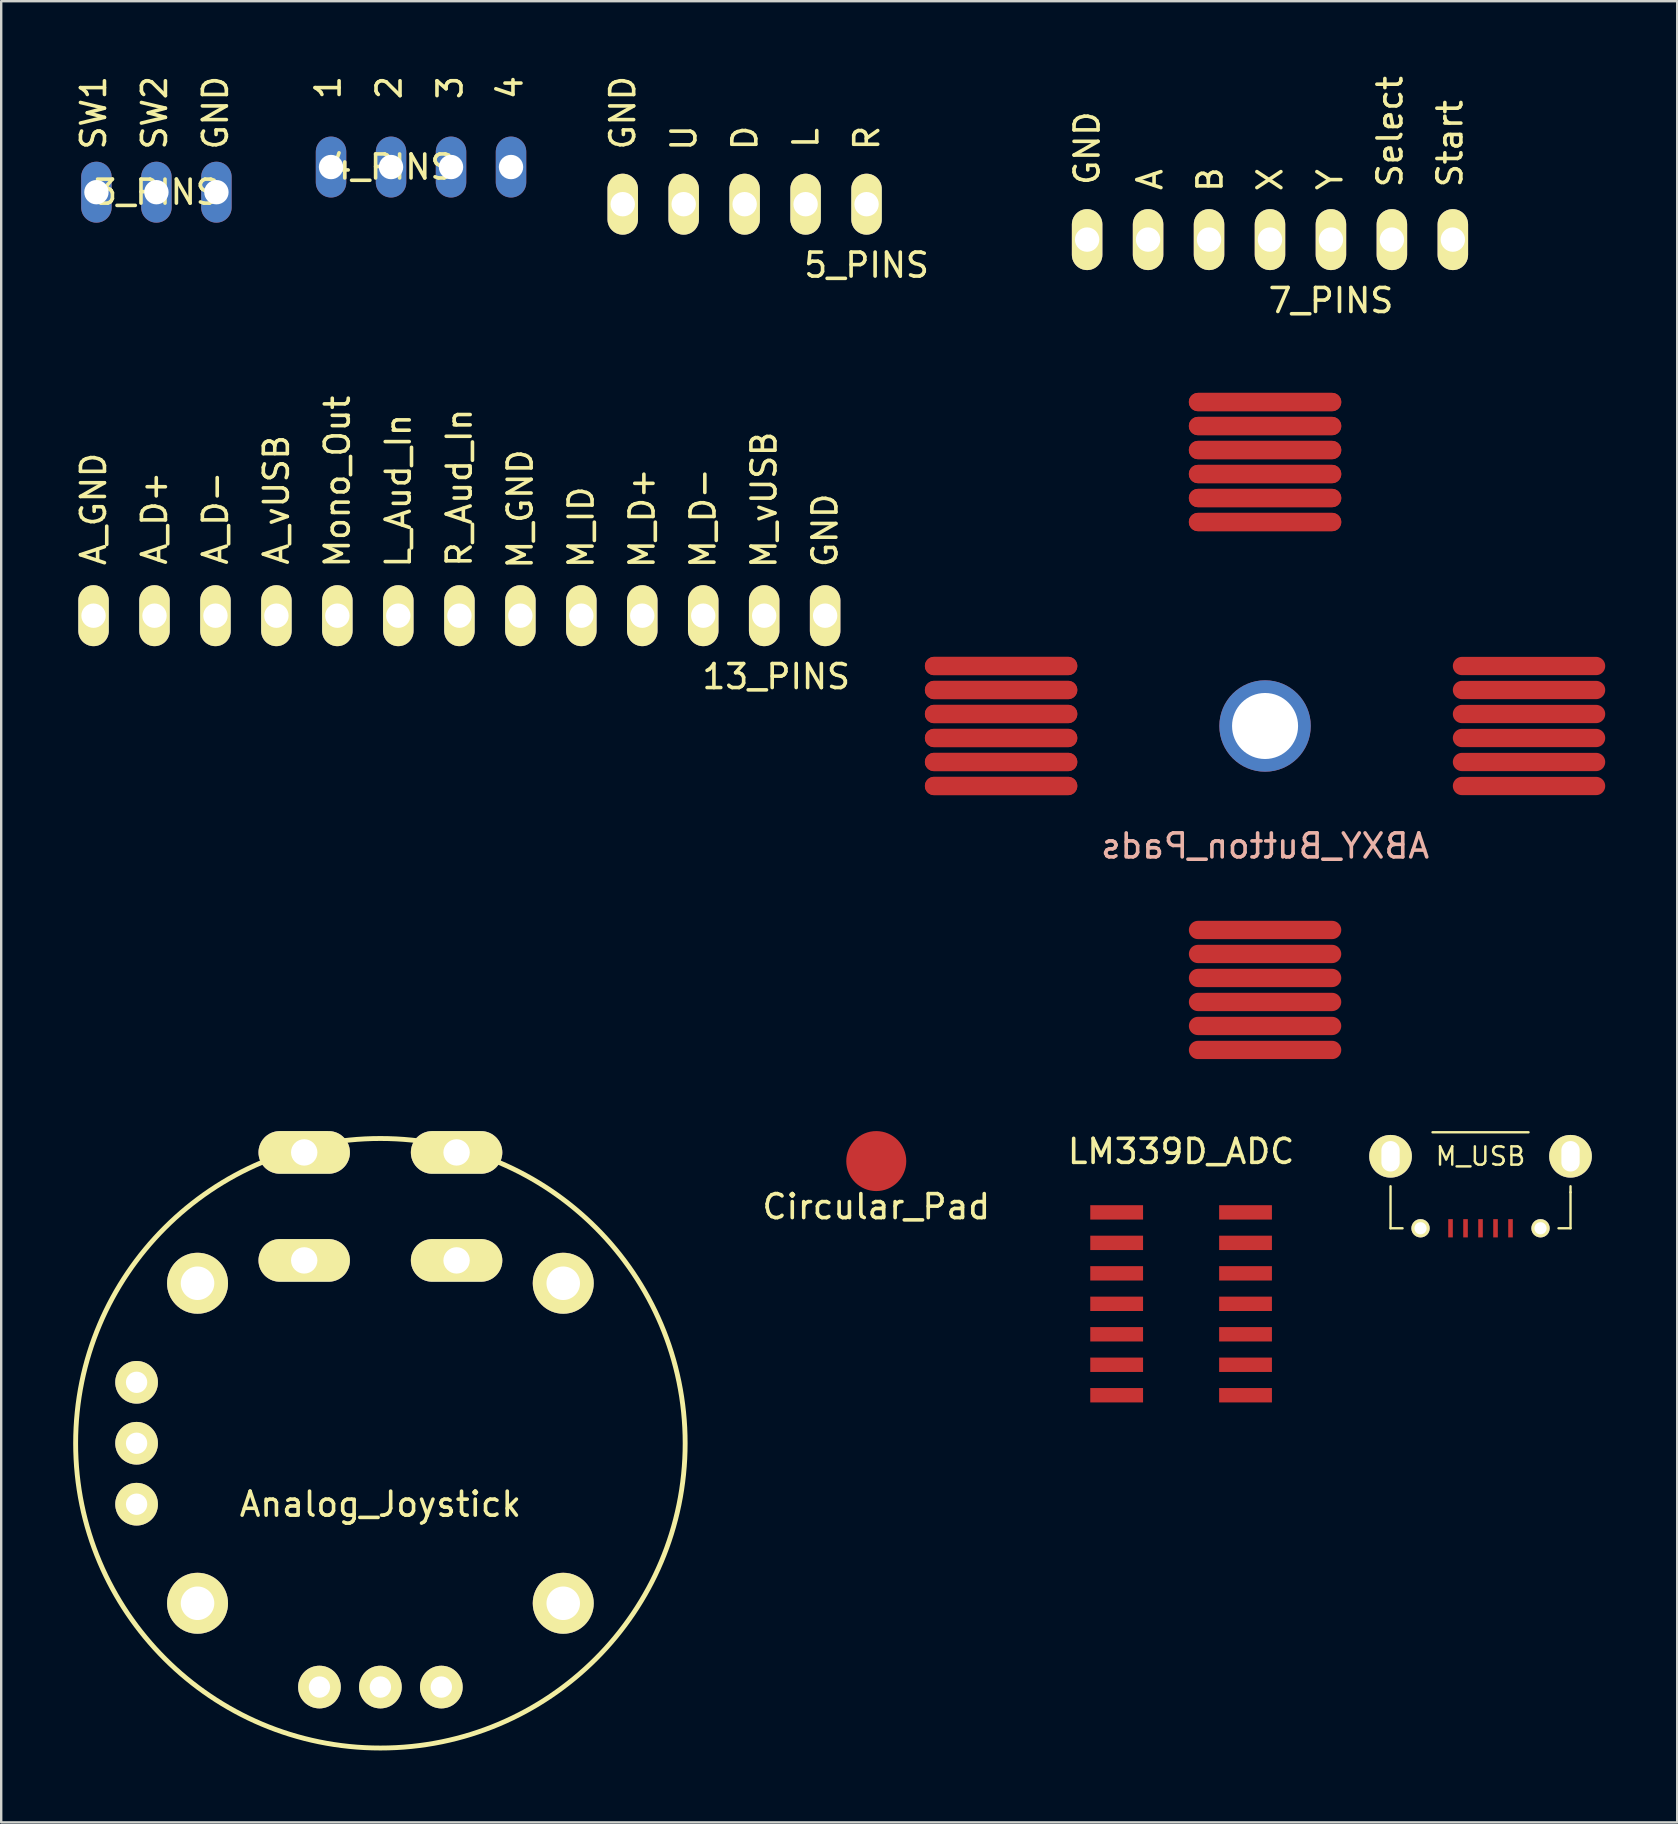
<source format=kicad_pcb>
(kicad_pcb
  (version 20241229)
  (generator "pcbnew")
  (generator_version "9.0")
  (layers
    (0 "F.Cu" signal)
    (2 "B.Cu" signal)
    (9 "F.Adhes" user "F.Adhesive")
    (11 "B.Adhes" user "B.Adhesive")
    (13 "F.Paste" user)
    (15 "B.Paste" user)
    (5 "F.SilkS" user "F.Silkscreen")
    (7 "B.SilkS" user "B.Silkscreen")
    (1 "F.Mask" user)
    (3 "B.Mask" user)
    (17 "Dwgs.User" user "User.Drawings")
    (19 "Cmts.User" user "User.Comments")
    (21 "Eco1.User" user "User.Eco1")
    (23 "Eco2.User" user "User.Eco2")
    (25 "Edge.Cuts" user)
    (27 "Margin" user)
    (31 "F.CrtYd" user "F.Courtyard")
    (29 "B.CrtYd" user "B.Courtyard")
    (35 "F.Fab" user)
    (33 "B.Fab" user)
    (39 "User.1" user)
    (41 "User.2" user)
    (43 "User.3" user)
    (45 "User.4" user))
  (footprint "M_USB"
    (layer "F.Cu")
    (at 58.647 45.135)
    (property "Reference" "M_USB" (at 0 0 0) (layer "F.SilkS") (effects (font (size 0.762 0.762) (thickness 0.102))))
    (attr through_hole)
    (fp_line (start -3.75 3) (end -3.75 1.25) (stroke (width 0.1) (type solid)) (layer "F.SilkS"))
    (fp_line (start -3.25 3) (end -3.75 3) (stroke (width 0.1) (type solid)) (layer "F.SilkS"))
    (fp_line (start 2 -1) (end -2 -1) (stroke (width 0.1) (type solid)) (layer "F.SilkS"))
    (fp_line (start 3.75 1.25) (end 3.75 1.5) (stroke (width 0.1) (type solid)) (layer "F.SilkS"))
    (fp_line (start 3.75 1.5) (end 3.75 3) (stroke (width 0.1) (type solid)) (layer "F.SilkS"))
    (fp_line (start 3.75 3) (end 3.25 3) (stroke (width 0.1) (type solid)) (layer "F.SilkS"))
    (pad "1" smd rect (at 1.25 3 270) (size 0.762 0.191) (layers "F.Cu" "F.Mask" "F.Paste"))
    (pad "2" smd rect (at 0.625 3 270) (size 0.762 0.191) (layers "F.Cu" "F.Mask" "F.Paste"))
    (pad "3" smd rect (at 0 3 270) (size 0.762 0.191) (layers "F.Cu" "F.Mask" "F.Paste"))
    (pad "4" smd rect (at -0.625 3 270) (size 0.762 0.191) (layers "F.Cu" "F.Mask" "F.Paste"))
    (pad "5" smd rect (at -1.25 3 270) (size 0.762 0.191) (layers "F.Cu" "F.Mask" "F.Paste"))
    (pad "6" thru_hole circle (at -3.75 0 270) (size 1.778 1.778) (drill oval 1.27 0.762) (layers "*.Cu" "*.Mask" "F.SilkS"))
    (pad "6" thru_hole circle (at -2.5 3 270) (size 0.762 0.762) (drill 0.508) (layers "*.Cu" "*.Mask" "F.SilkS"))
    (pad "6" thru_hole circle (at 2.5 3 270) (size 0.762 0.762) (drill 0.508) (layers "*.Cu" "*.Mask" "F.SilkS"))
    (pad "6" thru_hole circle (at 3.75 0 270) (size 1.778 1.778) (drill oval 1.27 0.762) (layers "*.Cu" "*.Mask" "F.SilkS")))
  (footprint "3_PINS"
    (layer "F.Cu")
    (at 3.468 4.959)
    (property "Reference" "3_PINS" (at 0 0 0) (layer "F.SilkS") (effects (font (size 1 1) (thickness 0.15))))
    (attr through_hole)
    (fp_text user "GND" (at 2.46 -3.31 90) (layer "F.SilkS") (effects (font (size 1 1) (thickness 0.15))))
    (fp_text user "SW1" (at -2.62 -3.31 90) (layer "F.SilkS") (effects (font (size 1 1) (thickness 0.15))))
    (fp_text user "SW2" (at -0.08 -3.31 90) (layer "F.SilkS") (effects (font (size 1 1) (thickness 0.15))))
    (pad "1" thru_hole oval (at -2.5 0 90) (size 2.54 1.27) (drill 1.016) (layers "*.Cu" "*.Mask"))
    (pad "2" thru_hole oval (at 0 0 90) (size 2.54 1.27) (drill 1.016) (layers "*.Cu" "*.Mask"))
    (pad "3" thru_hole oval (at 2.5 0 90) (size 2.54 1.27) (drill 1.016) (layers "*.Cu" "*.Mask")))
  (footprint "7_PINS"
    (layer "F.Cu")
    (at 49.873 6.935)
    (property "Reference" "7_PINS" (at 2.54 2.54 0) (layer "F.SilkS") (effects (font (size 1 1) (thickness 0.15))))
    (attr through_hole)
    (fp_text user "Y" (at 2.5 -2.5 90) (layer "F.SilkS") (effects (font (size 1 1) (thickness 0.15))))
    (fp_text user "X" (at 0 -2.5 90) (layer "F.SilkS") (effects (font (size 1 1) (thickness 0.15))))
    (fp_text user "Start" (at 7.5 -4 90) (layer "F.SilkS") (effects (font (size 1 1) (thickness 0.15))))
    (fp_text user "A" (at -5 -2.5 90) (layer "F.SilkS") (effects (font (size 1 1) (thickness 0.15))))
    (fp_text user "GND" (at -7.62 -3.81 90) (layer "F.SilkS") (effects (font (size 1 1) (thickness 0.15))))
    (fp_text user "B" (at -2.5 -2.5 90) (layer "F.SilkS") (effects (font (size 1 1) (thickness 0.15))))
    (fp_text user "Select" (at 5 -4.5 90) (layer "F.SilkS") (effects (font (size 1 1) (thickness 0.15))))
    (pad "1" thru_hole oval (at -7.62 0 90) (size 2.54 1.27) (drill 1.016) (layers "*.Cu" "*.Mask" "F.SilkS"))
    (pad "2" thru_hole oval (at -5.08 0 90) (size 2.54 1.27) (drill 1.016) (layers "*.Cu" "*.Mask" "F.SilkS"))
    (pad "3" thru_hole oval (at -2.54 0 90) (size 2.54 1.27) (drill 1.016) (layers "*.Cu" "*.Mask" "F.SilkS"))
    (pad "4" thru_hole oval (at 0 0 90) (size 2.54 1.27) (drill 1.016) (layers "*.Cu" "*.Mask" "F.SilkS"))
    (pad "5" thru_hole oval (at 2.54 0 90) (size 2.54 1.27) (drill 1.016) (layers "*.Cu" "*.Mask" "F.SilkS"))
    (pad "6" thru_hole oval (at 5.08 0 90) (size 2.54 1.27) (drill 1.016) (layers "*.Cu" "*.Mask" "F.SilkS"))
    (pad "7" thru_hole oval (at 7.62 0 90) (size 2.54 1.27) (drill 1.016) (layers "*.Cu" "*.Mask" "F.SilkS")))
  (footprint "13_PINS"
    (layer "F.Cu")
    (at 16.088 22.607)
    (property "Reference" "13_PINS" (at 13.208 2.54 0) (layer "F.SilkS") (effects (font (size 1 1) (thickness 0.15))))
    (attr through_hole)
    (fp_text user "L_Aud_In" (at -2.54 -5.207 90) (layer "F.SilkS") (effects (font (size 1 1) (thickness 0.15))))
    (fp_text user "A_vUSB" (at -7.62 -4.826 90) (layer "F.SilkS") (effects (font (size 1 1) (thickness 0.15))))
    (fp_text user "GND" (at 15.24 -3.556 90) (layer "F.SilkS") (effects (font (size 1 1) (thickness 0.15))))
    (fp_text user "Mono_Out" (at -5.08 -5.588 90) (layer "F.SilkS") (effects (font (size 1 1) (thickness 0.15))))
    (fp_text user "M_D+" (at 7.62 -4.064 90) (layer "F.SilkS") (effects (font (size 1 1) (thickness 0.15))))
    (fp_text user "M_GND" (at 2.54 -4.445 90) (layer "F.SilkS") (effects (font (size 1 1) (thickness 0.15))))
    (fp_text user "A_GND" (at -15.24 -4.445 90) (layer "F.SilkS") (effects (font (size 1 1) (thickness 0.15))))
    (fp_text user "R_Aud_In" (at 0 -5.334 90) (layer "F.SilkS") (effects (font (size 1 1) (thickness 0.15))))
    (fp_text user "M_vUSB" (at 12.7 -4.826 90) (layer "F.SilkS") (effects (font (size 1 1) (thickness 0.15))))
    (fp_text user "A_D+" (at -12.7 -4.064 90) (layer "F.SilkS") (effects (font (size 1 1) (thickness 0.15))))
    (fp_text user "A_D-" (at -10.16 -4.064 90) (layer "F.SilkS") (effects (font (size 1 1) (thickness 0.15))))
    (fp_text user "M_D-" (at 10.16 -4.064 90) (layer "F.SilkS") (effects (font (size 1 1) (thickness 0.15))))
    (fp_text user "M_ID" (at 5.08 -3.683 90) (layer "F.SilkS") (effects (font (size 1 1) (thickness 0.15))))
    (pad "1" thru_hole oval (at 15.247 0 270) (size 2.54 1.27) (drill 1.016) (layers "*.Cu" "*.Mask" "F.SilkS"))
    (pad "2" thru_hole oval (at 12.707 0 270) (size 2.54 1.27) (drill 1.016) (layers "*.Cu" "*.Mask" "F.SilkS"))
    (pad "3" thru_hole oval (at 10.167 0 270) (size 2.54 1.27) (drill 1.016) (layers "*.Cu" "*.Mask" "F.SilkS"))
    (pad "4" thru_hole oval (at 7.627 0 270) (size 2.54 1.27) (drill 1.016) (layers "*.Cu" "*.Mask" "F.SilkS"))
    (pad "5" thru_hole oval (at 5.087 0 270) (size 2.54 1.27) (drill 1.016) (layers "*.Cu" "*.Mask" "F.SilkS"))
    (pad "6" thru_hole oval (at 2.547 0 270) (size 2.54 1.27) (drill 1.016) (layers "*.Cu" "*.Mask" "F.SilkS"))
    (pad "7" thru_hole oval (at 0.007 0 270) (size 2.54 1.27) (drill 1.016) (layers "*.Cu" "*.Mask" "F.SilkS"))
    (pad "8" thru_hole oval (at -2.54 0 90) (size 2.54 1.27) (drill 1.016) (layers "*.Cu" "*.Mask" "F.SilkS"))
    (pad "9" thru_hole oval (at -5.08 0 90) (size 2.54 1.27) (drill 1.016) (layers "*.Cu" "*.Mask" "F.SilkS"))
    (pad "10" thru_hole oval (at -7.62 0 90) (size 2.54 1.27) (drill 1.016) (layers "*.Cu" "*.Mask" "F.SilkS"))
    (pad "11" thru_hole oval (at -10.16 0 90) (size 2.54 1.27) (drill 1.016) (layers "*.Cu" "*.Mask" "F.SilkS"))
    (pad "12" thru_hole oval (at -12.7 0 90) (size 2.54 1.27) (drill 1.016) (layers "*.Cu" "*.Mask" "F.SilkS"))
    (pad "13" thru_hole oval (at -15.24 0 90) (size 2.54 1.27) (drill 1.016) (layers "*.Cu" "*.Mask" "F.SilkS")))
  (footprint "ABXY_Button_Pads"
    (layer "F.Cu")
    (at 49.668 27.204)
    (property "Reference" "ABXY_Button_Pads" (at 0 5 0) (layer "B.SilkS") (effects (font (size 1 1) (thickness 0.15)) (justify mirror)))
    (attr through_hole)
    (pad "1" smd oval (at -11 -2.5) (size 6.35 0.762) (layers "F.Cu" "F.Mask" "F.Paste"))
    (pad "1" smd oval (at -11 -2.5) (size 6.35 0.762) (layers "F.Cu" "F.Mask" "F.Paste"))
    (pad "1" smd oval (at 0 -13.5) (size 6.35 0.762) (layers "F.Cu" "F.Mask" "F.Paste"))
    (pad "1" smd oval (at 0 -13.5) (size 6.35 0.762) (layers "F.Cu" "F.Mask" "F.Paste"))
    (pad "1" thru_hole circle (at 0 0) (size 3.81 3.81) (drill 2.751) (layers "*.Cu" "*.Mask"))
    (pad "1" smd oval (at 0 8.5) (size 6.35 0.762) (layers "F.Cu" "F.Mask" "F.Paste"))
    (pad "1" smd oval (at 11 -2.5) (size 6.35 0.762) (layers "F.Cu" "F.Mask" "F.Paste"))
    (pad "2" smd oval (at -11 -1.5) (size 6.35 0.762) (layers "F.Cu" "F.Mask" "F.Paste"))
    (pad "2" smd oval (at -11 -1.5) (size 6.35 0.762) (layers "F.Cu" "F.Mask" "F.Paste"))
    (pad "2" smd oval (at 0 -12.5) (size 6.35 0.762) (layers "F.Cu" "F.Mask" "F.Paste"))
    (pad "2" smd oval (at 0 -12.5) (size 6.35 0.762) (layers "F.Cu" "F.Mask" "F.Paste"))
    (pad "2" smd oval (at 0 9.5) (size 6.35 0.762) (layers "F.Cu" "F.Mask" "F.Paste"))
    (pad "2" smd oval (at 11 -1.5) (size 6.35 0.762) (layers "F.Cu" "F.Mask" "F.Paste"))
    (pad "3" smd oval (at -11 -0.5) (size 6.35 0.762) (layers "F.Cu" "F.Mask" "F.Paste"))
    (pad "3" smd oval (at -11 -0.5) (size 6.35 0.762) (layers "F.Cu" "F.Mask" "F.Paste"))
    (pad "3" smd oval (at 0 -11.5) (size 6.35 0.762) (layers "F.Cu" "F.Mask" "F.Paste"))
    (pad "3" smd oval (at 0 -11.5) (size 6.35 0.762) (layers "F.Cu" "F.Mask" "F.Paste"))
    (pad "3" smd oval (at 0 10.5) (size 6.35 0.762) (layers "F.Cu" "F.Mask" "F.Paste"))
    (pad "3" smd oval (at 11 -0.5) (size 6.35 0.762) (layers "F.Cu" "F.Mask" "F.Paste"))
    (pad "4" smd oval (at -11 0.5) (size 6.35 0.762) (layers "F.Cu" "F.Mask" "F.Paste"))
    (pad "4" smd oval (at -11 0.5) (size 6.35 0.762) (layers "F.Cu" "F.Mask" "F.Paste"))
    (pad "4" smd oval (at 0 -10.5) (size 6.35 0.762) (layers "F.Cu" "F.Mask" "F.Paste"))
    (pad "4" smd oval (at 0 -10.5) (size 6.35 0.762) (layers "F.Cu" "F.Mask" "F.Paste"))
    (pad "4" smd oval (at 0 11.5) (size 6.35 0.762) (layers "F.Cu" "F.Mask" "F.Paste"))
    (pad "4" smd oval (at 11 0.5) (size 6.35 0.762) (layers "F.Cu" "F.Mask" "F.Paste"))
    (pad "5" smd oval (at -11 1.5) (size 6.35 0.762) (layers "F.Cu" "F.Mask" "F.Paste"))
    (pad "5" smd oval (at -11 1.5) (size 6.35 0.762) (layers "F.Cu" "F.Mask" "F.Paste"))
    (pad "5" smd oval (at 0 -9.5) (size 6.35 0.762) (layers "F.Cu" "F.Mask" "F.Paste"))
    (pad "5" smd oval (at 0 -9.5) (size 6.35 0.762) (layers "F.Cu" "F.Mask" "F.Paste"))
    (pad "5" smd oval (at 0 12.5) (size 6.35 0.762) (layers "F.Cu" "F.Mask" "F.Paste"))
    (pad "5" smd oval (at 11 1.5) (size 6.35 0.762) (layers "F.Cu" "F.Mask" "F.Paste"))
    (pad "6" smd oval (at -11 2.5) (size 6.35 0.762) (layers "F.Cu" "F.Mask" "F.Paste"))
    (pad "6" smd oval (at -11 2.5) (size 6.35 0.762) (layers "F.Cu" "F.Mask" "F.Paste"))
    (pad "6" smd oval (at 0 -8.5) (size 6.35 0.762) (layers "F.Cu" "F.Mask" "F.Paste"))
    (pad "6" smd oval (at 0 -8.5) (size 6.35 0.762) (layers "F.Cu" "F.Mask" "F.Paste"))
    (pad "6" smd oval (at 0 13.5) (size 6.35 0.762) (layers "F.Cu" "F.Mask" "F.Paste"))
    (pad "6" smd oval (at 11 2.5) (size 6.35 0.762) (layers "F.Cu" "F.Mask" "F.Paste")))
  (footprint "LM339D_ADC"
    (layer "F.Cu")
    (at 46.169 51.283)
    (property "Reference" "LM339D_ADC" (at 0 -6.35 0) (layer "F.SilkS") (effects (font (size 1 1) (thickness 0.15))))
    (attr through_hole)
    (pad "1" smd rect (at 2.685 3.81) (size 2.2 0.599) (layers "F.Cu" "F.Mask" "F.Paste"))
    (pad "2" smd rect (at 2.685 2.54) (size 2.2 0.599) (layers "F.Cu" "F.Mask" "F.Paste"))
    (pad "3" smd rect (at 2.685 1.27) (size 2.2 0.599) (layers "F.Cu" "F.Mask" "F.Paste"))
    (pad "4" smd rect (at 2.685 0) (size 2.2 0.599) (layers "F.Cu" "F.Mask" "F.Paste"))
    (pad "5" smd rect (at 2.685 -1.27) (size 2.2 0.599) (layers "F.Cu" "F.Mask" "F.Paste"))
    (pad "6" smd rect (at 2.685 -2.54) (size 2.2 0.599) (layers "F.Cu" "F.Mask" "F.Paste"))
    (pad "7" smd rect (at 2.685 -3.81) (size 2.2 0.599) (layers "F.Cu" "F.Mask" "F.Paste"))
    (pad "8" smd rect (at -2.685 -3.81) (size 2.2 0.599) (layers "F.Cu" "F.Mask" "F.Paste"))
    (pad "9" smd rect (at -2.685 -2.54) (size 2.2 0.599) (layers "F.Cu" "F.Mask" "F.Paste"))
    (pad "10" smd rect (at -2.685 -1.27) (size 2.2 0.599) (layers "F.Cu" "F.Mask" "F.Paste"))
    (pad "11" smd rect (at -2.685 0) (size 2.2 0.599) (layers "F.Cu" "F.Mask" "F.Paste"))
    (pad "12" smd rect (at -2.685 1.27) (size 2.2 0.599) (layers "F.Cu" "F.Mask" "F.Paste"))
    (pad "13" smd rect (at -2.685 2.54) (size 2.2 0.599) (layers "F.Cu" "F.Mask" "F.Paste"))
    (pad "14" smd rect (at -2.685 3.81) (size 2.2 0.599) (layers "F.Cu" "F.Mask" "F.Paste")))
  (footprint "4_PINS"
    (layer "F.Cu")
    (at 14.245 3.911)
    (property "Reference" "4_PINS" (at -1 0 0) (layer "F.SilkS") (effects (font (size 1 1) (thickness 0.15))))
    (attr through_hole)
    (fp_text user "3" (at 1.46 -3.31 90) (layer "F.SilkS") (effects (font (size 1 1) (thickness 0.15))))
    (fp_text user "2" (at -1.08 -3.31 90) (layer "F.SilkS") (effects (font (size 1 1) (thickness 0.15))))
    (fp_text user "4" (at 3.96 -3.31 90) (layer "F.SilkS") (effects (font (size 1 1) (thickness 0.15))))
    (fp_text user "1" (at -3.62 -3.31 90) (layer "F.SilkS") (effects (font (size 1 1) (thickness 0.15))))
    (pad "1" thru_hole oval (at -3.5 0 90) (size 2.54 1.27) (drill 1.016) (layers "*.Cu" "*.Mask"))
    (pad "2" thru_hole oval (at -1 0 90) (size 2.54 1.27) (drill 1.016) (layers "*.Cu" "*.Mask"))
    (pad "3" thru_hole oval (at 1.5 0 90) (size 2.54 1.27) (drill 1.016) (layers "*.Cu" "*.Mask"))
    (pad "4" thru_hole oval (at 4 0 90) (size 2.54 1.27) (drill 1.016) (layers "*.Cu" "*.Mask")))
  (footprint "Circular_Pad"
    (layer "F.Cu")
    (at 33.466 45.335)
    (property "Reference" "Circular_Pad" (at 0 1.9 0) (layer "F.SilkS") (effects (font (size 1 1) (thickness 0.15))))
    (attr through_hole)
    (pad "1" smd circle (at 0 0) (size 2.5 2.5) (layers "F.Cu" "F.Mask" "F.Paste")))
  (footprint "Analog_Joystick"
    (layer "F.Cu")
    (at 12.802 57.094)
    (property "Reference" "Analog_Joystick" (at 0 2.54 0) (layer "F.SilkS") (effects (font (size 1 1) (thickness 0.15))))
    (attr through_hole)
    (fp_circle (center 0 0) (end 12.7 0) (stroke (width 0.203) (type solid)) (fill no) (layer "F.SilkS"))
    (pad "" thru_hole circle (at -7.62 -6.668) (size 2.54 2.54) (drill 1.397) (layers "*.Cu" "*.Mask" "F.SilkS"))
    (pad "" thru_hole circle (at -7.62 6.668) (size 2.54 2.54) (drill 1.397) (layers "*.Cu" "*.Mask" "F.SilkS"))
    (pad "" thru_hole oval (at 3.175 -12.12 90) (size 1.778 3.81) (drill 1.1) (layers "*.Cu" "*.Mask" "F.SilkS"))
    (pad "" thru_hole oval (at 3.175 -7.62 90) (size 1.778 3.81) (drill 1.1) (layers "*.Cu" "*.Mask" "F.SilkS"))
    (pad "" thru_hole circle (at 7.62 -6.668) (size 2.54 2.54) (drill 1.397) (layers "*.Cu" "*.Mask" "F.SilkS"))
    (pad "" thru_hole circle (at 7.62 6.668) (size 2.54 2.54) (drill 1.397) (layers "*.Cu" "*.Mask" "F.SilkS"))
    (pad "1" thru_hole circle (at -10.16 -2.54) (size 1.778 1.778) (drill 0.889) (layers "*.Cu" "*.Mask" "F.SilkS"))
    (pad "2" thru_hole circle (at -10.16 0) (size 1.778 1.778) (drill 0.889) (layers "*.Cu" "*.Mask" "F.SilkS"))
    (pad "3" thru_hole circle (at -10.16 2.54) (size 1.778 1.778) (drill 0.889) (layers "*.Cu" "*.Mask" "F.SilkS"))
    (pad "4" thru_hole circle (at -2.54 10.16) (size 1.778 1.778) (drill 0.889) (layers "*.Cu" "*.Mask" "F.SilkS"))
    (pad "5" thru_hole circle (at 0 10.16) (size 1.778 1.778) (drill 0.889) (layers "*.Cu" "*.Mask" "F.SilkS"))
    (pad "6" thru_hole circle (at 2.54 10.16) (size 1.778 1.778) (drill 0.889) (layers "*.Cu" "*.Mask" "F.SilkS"))
    (pad "7" thru_hole oval (at -3.175 -12.12 90) (size 1.778 3.81) (drill 1.1) (layers "*.Cu" "*.Mask" "F.SilkS"))
    (pad "8" thru_hole oval (at -3.175 -7.62 90) (size 1.778 3.81) (drill 1.1) (layers "*.Cu" "*.Mask" "F.SilkS")))
  (footprint "5_PINS"
    (layer "F.Cu")
    (at 30.521 5.459)
    (property "Reference" "5_PINS" (at 2.54 2.54 0) (layer "F.SilkS") (effects (font (size 1 1) (thickness 0.15))))
    (attr through_hole)
    (fp_text user "L" (at 0.01 -2.76 90) (layer "F.SilkS") (effects (font (size 1 1) (thickness 0.15))))
    (fp_text user "" (at 7.62 -3.81 90) (layer "F.SilkS") (effects (font (size 1 1) (thickness 0.15))))
    (fp_text user "" (at 5.08 -3.81 90) (layer "F.SilkS") (effects (font (size 1 1) (thickness 0.15))))
    (fp_text user "R" (at 2.55 -2.76 90) (layer "F.SilkS") (effects (font (size 1 1) (thickness 0.15))))
    (fp_text user "GND" (at -7.62 -3.81 90) (layer "F.SilkS") (effects (font (size 1 1) (thickness 0.15))))
    (fp_text user "D" (at -2.53 -2.76 90) (layer "F.SilkS") (effects (font (size 1 1) (thickness 0.15))))
    (fp_text user "U" (at -5.07 -2.76 90) (layer "F.SilkS") (effects (font (size 1 1) (thickness 0.15))))
    (pad "1" thru_hole oval (at -7.62 0 90) (size 2.54 1.27) (drill 1.016) (layers "*.Cu" "*.Mask" "F.SilkS"))
    (pad "2" thru_hole oval (at -5.08 0 90) (size 2.54 1.27) (drill 1.016) (layers "*.Cu" "*.Mask" "F.SilkS"))
    (pad "3" thru_hole oval (at -2.54 0 90) (size 2.54 1.27) (drill 1.016) (layers "*.Cu" "*.Mask" "F.SilkS"))
    (pad "4" thru_hole oval (at 0 0 90) (size 2.54 1.27) (drill 1.016) (layers "*.Cu" "*.Mask" "F.SilkS"))
    (pad "5" thru_hole oval (at 2.54 0 90) (size 2.54 1.27) (drill 1.016) (layers "*.Cu" "*.Mask" "F.SilkS")))
  (gr_rect
    (start -3 -3)
    (end 66.843 72.895)
    (stroke (width 0.1) (type default))
    (fill no)
    (layer "Edge.Cuts")))
</source>
